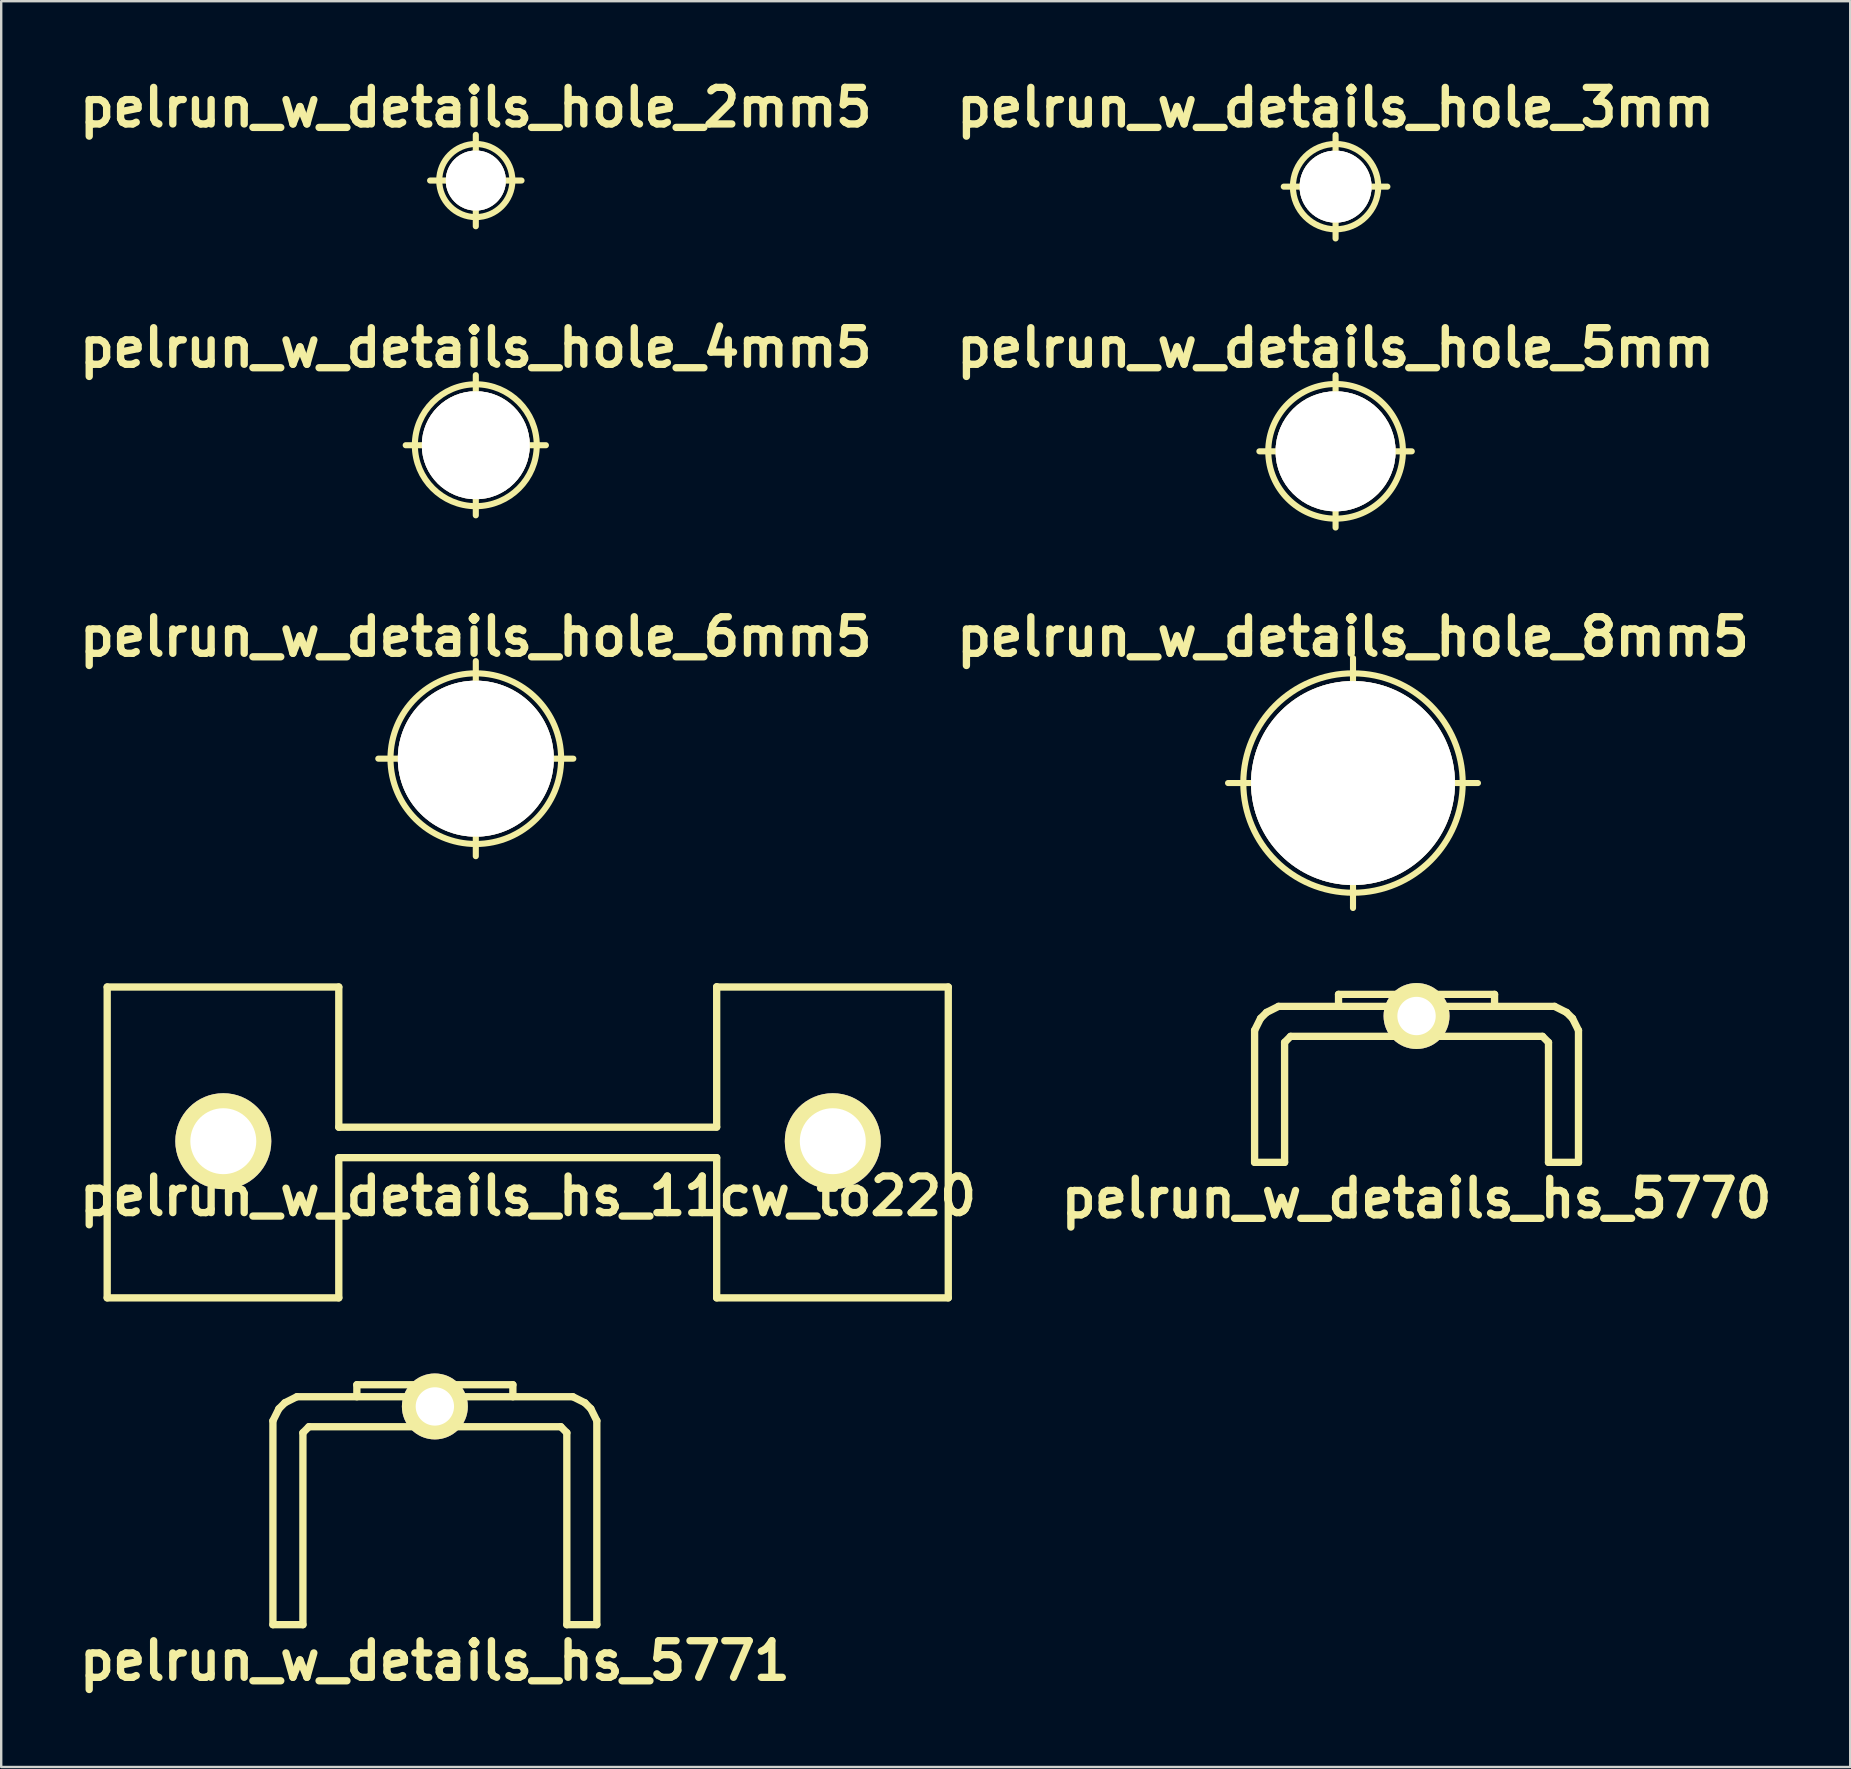
<source format=kicad_pcb>
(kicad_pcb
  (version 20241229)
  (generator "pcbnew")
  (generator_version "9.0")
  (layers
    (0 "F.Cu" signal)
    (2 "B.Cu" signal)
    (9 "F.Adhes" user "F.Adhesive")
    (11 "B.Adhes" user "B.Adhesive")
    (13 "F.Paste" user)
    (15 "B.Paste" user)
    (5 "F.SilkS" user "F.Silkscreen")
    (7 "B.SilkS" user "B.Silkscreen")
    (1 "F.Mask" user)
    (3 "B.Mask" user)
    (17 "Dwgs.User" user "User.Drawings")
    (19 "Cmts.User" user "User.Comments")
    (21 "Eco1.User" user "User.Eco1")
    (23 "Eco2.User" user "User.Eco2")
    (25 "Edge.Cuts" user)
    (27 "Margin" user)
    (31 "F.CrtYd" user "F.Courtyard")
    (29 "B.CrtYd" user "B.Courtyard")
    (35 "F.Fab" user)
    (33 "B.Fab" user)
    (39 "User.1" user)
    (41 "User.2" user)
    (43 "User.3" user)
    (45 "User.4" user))
  (footprint "pelrun_w_details_hole_4mm5"
    (layer "F.Cu")
    (at 16.779 15.505)
    (property "Reference" "pelrun_w_details_hole_4mm5" (at 0 -4.064 0) (layer "F.SilkS") (effects (font (size 1.524 1.524) (thickness 0.305))))
    (attr through_hole)
    (fp_line (start -2.921 0) (end 2.921 0) (stroke (width 0.254) (type solid)) (layer "F.SilkS"))
    (fp_line (start 0 -2.921) (end 0 2.921) (stroke (width 0.254) (type solid)) (layer "F.SilkS"))
    (fp_circle (center 0 0) (end 2.54 0) (stroke (width 0.254) (type solid)) (fill no) (layer "F.SilkS"))
    (pad "1" thru_hole circle (at 0 0) (size 4.501 4.501) (drill 4.501) (layers "*.Cu" "F.SilkS")))
  (footprint "pelrun_w_details_hole_2mm5"
    (layer "F.Cu")
    (at 16.779 4.474)
    (property "Reference" "pelrun_w_details_hole_2mm5" (at 0 -3.048 0) (layer "F.SilkS") (effects (font (size 1.524 1.524) (thickness 0.305))))
    (attr through_hole)
    (fp_line (start -1.905 0) (end 1.905 0) (stroke (width 0.254) (type solid)) (layer "F.SilkS"))
    (fp_line (start 0 -1.905) (end 0 1.905) (stroke (width 0.254) (type solid)) (layer "F.SilkS"))
    (fp_circle (center 0 0) (end 1.524 0) (stroke (width 0.254) (type solid)) (fill no) (layer "F.SilkS"))
    (pad "1" thru_hole circle (at 0 0) (size 2.502 2.502) (drill 2.502) (layers "*.Cu" "F.SilkS")))
  (footprint "pelrun_w_details_hs_5771"
    (layer "F.Cu")
    (at 15.073 56.411)
    (property "Reference" "pelrun_w_details_hs_5771" (at 0 9.751 0) (layer "F.SilkS") (effects (font (size 1.524 1.524) (thickness 0.305))))
    (attr through_hole)
    (fp_line (start -6.749 -0.251) (end -6.749 8.247) (stroke (width 0.305) (type solid)) (layer "F.SilkS"))
    (fp_line (start -6.749 -0.251) (end -6.5 -0.752) (stroke (width 0.305) (type solid)) (layer "F.SilkS"))
    (fp_line (start -6.5 -0.752) (end -6.251 -1.001) (stroke (width 0.305) (type solid)) (layer "F.SilkS"))
    (fp_line (start -6.251 -1.001) (end -5.751 -1.252) (stroke (width 0.305) (type solid)) (layer "F.SilkS"))
    (fp_line (start -5.499 0.249) (end -5.25 -0.003) (stroke (width 0.305) (type solid)) (layer "F.SilkS"))
    (fp_line (start -5.499 8.247) (end -6.749 8.247) (stroke (width 0.305) (type solid)) (layer "F.SilkS"))
    (fp_line (start -5.499 8.247) (end -5.499 0.249) (stroke (width 0.305) (type solid)) (layer "F.SilkS"))
    (fp_line (start -5.25 -0.003) (end 5.25 -0.003) (stroke (width 0.305) (type solid)) (layer "F.SilkS"))
    (fp_line (start -3.251 -1.753) (end 3.251 -1.753) (stroke (width 0.305) (type solid)) (layer "F.SilkS"))
    (fp_line (start -3.251 -1.252) (end -3.251 -1.753) (stroke (width 0.305) (type solid)) (layer "F.SilkS"))
    (fp_line (start 3.251 -1.753) (end 3.251 -1.252) (stroke (width 0.305) (type solid)) (layer "F.SilkS"))
    (fp_line (start 5.25 -0.003) (end 5.499 0.249) (stroke (width 0.305) (type solid)) (layer "F.SilkS"))
    (fp_line (start 5.499 8.247) (end 5.499 0.249) (stroke (width 0.305) (type solid)) (layer "F.SilkS"))
    (fp_line (start 5.751 -1.252) (end -5.751 -1.252) (stroke (width 0.305) (type solid)) (layer "F.SilkS"))
    (fp_line (start 5.751 -1.252) (end 6.251 -1.001) (stroke (width 0.305) (type solid)) (layer "F.SilkS"))
    (fp_line (start 6.251 -1.001) (end 6.5 -0.752) (stroke (width 0.305) (type solid)) (layer "F.SilkS"))
    (fp_line (start 6.5 -0.752) (end 6.749 -0.251) (stroke (width 0.305) (type solid)) (layer "F.SilkS"))
    (fp_line (start 6.749 -0.251) (end 6.749 8.247) (stroke (width 0.305) (type solid)) (layer "F.SilkS"))
    (fp_line (start 6.749 8.247) (end 5.499 8.247) (stroke (width 0.305) (type solid)) (layer "F.SilkS"))
    (pad "" thru_hole circle (at 0 -0.848) (size 2.748 2.748) (drill 1.598) (layers "*.Cu" "*.Mask" "F.SilkS")))
  (footprint "pelrun_w_details_hs_11cw_to220"
    (layer "F.Cu")
    (at 18.956 44.509)
    (property "Reference" "pelrun_w_details_hs_11cw_to220" (at 0 2.286 0) (layer "F.SilkS") (effects (font (size 1.524 1.524) (thickness 0.305))))
    (attr through_hole)
    (fp_line (start -17.539 -6.426) (end -17.539 6.528) (stroke (width 0.305) (type solid)) (layer "F.SilkS"))
    (fp_line (start -17.539 6.528) (end -7.887 6.528) (stroke (width 0.305) (type solid)) (layer "F.SilkS"))
    (fp_line (start -7.887 -6.426) (end -17.539 -6.426) (stroke (width 0.305) (type solid)) (layer "F.SilkS"))
    (fp_line (start -7.887 -6.426) (end -7.887 -0.584) (stroke (width 0.305) (type solid)) (layer "F.SilkS"))
    (fp_line (start -7.887 0.686) (end -7.887 6.528) (stroke (width 0.305) (type solid)) (layer "F.SilkS"))
    (fp_line (start -7.887 0.686) (end 7.861 0.686) (stroke (width 0.305) (type solid)) (layer "F.SilkS"))
    (fp_line (start 7.861 -6.439) (end 7.861 -0.597) (stroke (width 0.305) (type solid)) (layer "F.SilkS"))
    (fp_line (start 7.861 -0.584) (end -7.887 -0.584) (stroke (width 0.305) (type solid)) (layer "F.SilkS"))
    (fp_line (start 7.861 6.528) (end 7.861 0.686) (stroke (width 0.305) (type solid)) (layer "F.SilkS"))
    (fp_line (start 7.861 6.528) (end 17.513 6.528) (stroke (width 0.305) (type solid)) (layer "F.SilkS"))
    (fp_line (start 17.513 -6.426) (end 7.861 -6.426) (stroke (width 0.305) (type solid)) (layer "F.SilkS"))
    (fp_line (start 17.513 -6.426) (end 17.513 6.528) (stroke (width 0.305) (type solid)) (layer "F.SilkS"))
    (pad "" thru_hole circle (at -12.7 0) (size 4 4) (drill 2.748) (layers "*.Cu" "*.Mask" "F.SilkS"))
    (pad "" thru_hole circle (at 12.7 0) (size 4 4) (drill 2.748) (layers "*.Cu" "*.Mask" "F.SilkS")))
  (footprint "pelrun_w_details_hole_3mm"
    (layer "F.Cu")
    (at 52.61 4.728)
    (property "Reference" "pelrun_w_details_hole_3mm" (at 0 -3.302 0) (layer "F.SilkS") (effects (font (size 1.524 1.524) (thickness 0.305))))
    (attr through_hole)
    (fp_line (start -2.159 0) (end 2.159 0) (stroke (width 0.254) (type solid)) (layer "F.SilkS"))
    (fp_line (start 0 -2.159) (end 0 2.159) (stroke (width 0.254) (type solid)) (layer "F.SilkS"))
    (fp_circle (center 0 0) (end 1.778 0) (stroke (width 0.254) (type solid)) (fill no) (layer "F.SilkS"))
    (pad "1" thru_hole circle (at 0 0) (size 3 3) (drill 3) (layers "*.Cu" "F.SilkS")))
  (footprint "pelrun_w_details_hole_5mm"
    (layer "F.Cu")
    (at 52.61 15.759)
    (property "Reference" "pelrun_w_details_hole_5mm" (at 0 -4.318 0) (layer "F.SilkS") (effects (font (size 1.524 1.524) (thickness 0.305))))
    (attr through_hole)
    (fp_line (start -3.175 0) (end 3.175 0) (stroke (width 0.254) (type solid)) (layer "F.SilkS"))
    (fp_line (start 0 -3.175) (end 0 3.175) (stroke (width 0.254) (type solid)) (layer "F.SilkS"))
    (fp_circle (center 0 0) (end 2.794 -0.254) (stroke (width 0.254) (type solid)) (fill no) (layer "F.SilkS"))
    (pad "1" thru_hole circle (at 0 0) (size 5.001 5.001) (drill 5.001) (layers "*.Cu" "F.SilkS")))
  (footprint "pelrun_w_details_hole_8mm5"
    (layer "F.Cu")
    (at 53.336 29.583)
    (property "Reference" "pelrun_w_details_hole_8mm5" (at 0 -6.096 0) (layer "F.SilkS") (effects (font (size 1.524 1.524) (thickness 0.305))))
    (attr through_hole)
    (fp_line (start -5.207 0) (end 5.207 0) (stroke (width 0.254) (type solid)) (layer "F.SilkS"))
    (fp_line (start 0 5.207) (end 0 -5.207) (stroke (width 0.254) (type solid)) (layer "F.SilkS"))
    (fp_circle (center 0 0) (end 4.572 0) (stroke (width 0.254) (type solid)) (fill no) (layer "F.SilkS"))
    (pad "1" thru_hole circle (at 0 0) (size 8.499 8.499) (drill 8.499) (layers "*.Cu" "F.SilkS")))
  (footprint "pelrun_w_details_hs_5770"
    (layer "F.Cu")
    (at 55.984 40.14)
    (property "Reference" "pelrun_w_details_hs_5770" (at 0 6.749 0) (layer "F.SilkS") (effects (font (size 1.524 1.524) (thickness 0.305))))
    (attr through_hole)
    (fp_line (start -6.749 -0.249) (end -6.5 -0.749) (stroke (width 0.305) (type solid)) (layer "F.SilkS"))
    (fp_line (start -6.749 5.25) (end -6.749 -0.249) (stroke (width 0.305) (type solid)) (layer "F.SilkS"))
    (fp_line (start -6.5 -0.749) (end -6.251 -0.998) (stroke (width 0.305) (type solid)) (layer "F.SilkS"))
    (fp_line (start -6.251 -0.998) (end -5.751 -1.25) (stroke (width 0.305) (type solid)) (layer "F.SilkS"))
    (fp_line (start -5.499 0.251) (end -5.499 5.25) (stroke (width 0.305) (type solid)) (layer "F.SilkS"))
    (fp_line (start -5.499 0.251) (end -5.25 0) (stroke (width 0.305) (type solid)) (layer "F.SilkS"))
    (fp_line (start -5.499 5.25) (end -6.749 5.25) (stroke (width 0.305) (type solid)) (layer "F.SilkS"))
    (fp_line (start -5.25 0) (end 5.25 0) (stroke (width 0.305) (type solid)) (layer "F.SilkS"))
    (fp_line (start -3.251 -1.75) (end 3.251 -1.75) (stroke (width 0.305) (type solid)) (layer "F.SilkS"))
    (fp_line (start -3.251 -1.25) (end -3.251 -1.75) (stroke (width 0.305) (type solid)) (layer "F.SilkS"))
    (fp_line (start 3.251 -1.75) (end 3.251 -1.25) (stroke (width 0.305) (type solid)) (layer "F.SilkS"))
    (fp_line (start 5.25 0) (end 5.499 0.251) (stroke (width 0.305) (type solid)) (layer "F.SilkS"))
    (fp_line (start 5.499 5.25) (end 5.499 0.251) (stroke (width 0.305) (type solid)) (layer "F.SilkS"))
    (fp_line (start 5.751 -1.25) (end -5.751 -1.25) (stroke (width 0.305) (type solid)) (layer "F.SilkS"))
    (fp_line (start 5.751 -1.25) (end 6.251 -0.998) (stroke (width 0.305) (type solid)) (layer "F.SilkS"))
    (fp_line (start 6.251 -0.998) (end 6.5 -0.749) (stroke (width 0.305) (type solid)) (layer "F.SilkS"))
    (fp_line (start 6.5 -0.749) (end 6.749 -0.249) (stroke (width 0.305) (type solid)) (layer "F.SilkS"))
    (fp_line (start 6.749 -0.249) (end 6.749 5.25) (stroke (width 0.305) (type solid)) (layer "F.SilkS"))
    (fp_line (start 6.749 5.25) (end 5.499 5.25) (stroke (width 0.305) (type solid)) (layer "F.SilkS"))
    (pad "" thru_hole circle (at 0 -0.848) (size 2.748 2.748) (drill 1.598) (layers "*.Cu" "*.Mask" "F.SilkS")))
  (footprint "pelrun_w_details_hole_6mm5"
    (layer "F.Cu")
    (at 16.779 28.567)
    (property "Reference" "pelrun_w_details_hole_6mm5" (at 0 -5.08 0) (layer "F.SilkS") (effects (font (size 1.524 1.524) (thickness 0.305))))
    (attr through_hole)
    (fp_line (start -4.064 0) (end 4.064 0) (stroke (width 0.254) (type solid)) (layer "F.SilkS"))
    (fp_line (start 0 -4.064) (end 0 4.064) (stroke (width 0.254) (type solid)) (layer "F.SilkS"))
    (fp_circle (center 0 0) (end 3.556 0) (stroke (width 0.254) (type solid)) (fill no) (layer "F.SilkS"))
    (pad "1" thru_hole circle (at 0 0) (size 6.5 6.5) (drill 6.5) (layers "*.Cu" "F.SilkS")))
  (gr_rect
    (start -3 -3)
    (end 74.057 70.589)
    (stroke (width 0.1) (type default))
    (fill no)
    (layer "Edge.Cuts")))
</source>
